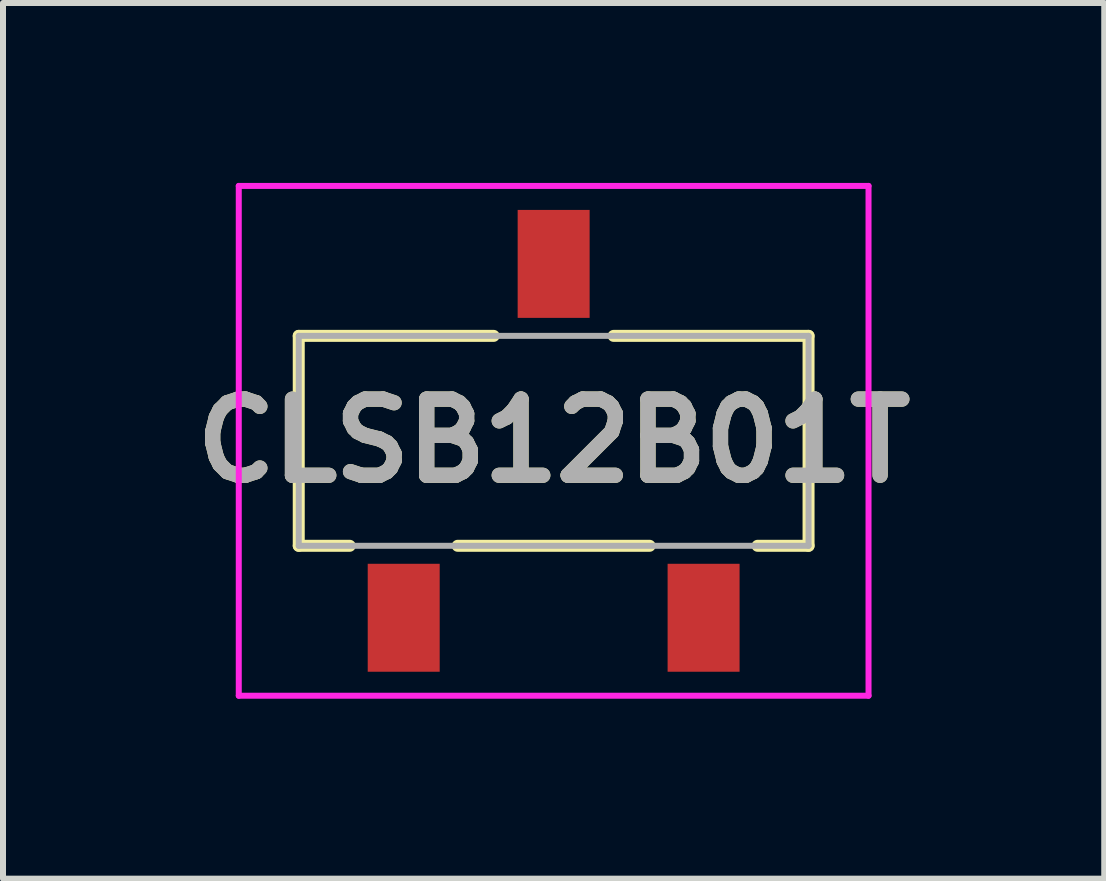
<source format=kicad_pcb>
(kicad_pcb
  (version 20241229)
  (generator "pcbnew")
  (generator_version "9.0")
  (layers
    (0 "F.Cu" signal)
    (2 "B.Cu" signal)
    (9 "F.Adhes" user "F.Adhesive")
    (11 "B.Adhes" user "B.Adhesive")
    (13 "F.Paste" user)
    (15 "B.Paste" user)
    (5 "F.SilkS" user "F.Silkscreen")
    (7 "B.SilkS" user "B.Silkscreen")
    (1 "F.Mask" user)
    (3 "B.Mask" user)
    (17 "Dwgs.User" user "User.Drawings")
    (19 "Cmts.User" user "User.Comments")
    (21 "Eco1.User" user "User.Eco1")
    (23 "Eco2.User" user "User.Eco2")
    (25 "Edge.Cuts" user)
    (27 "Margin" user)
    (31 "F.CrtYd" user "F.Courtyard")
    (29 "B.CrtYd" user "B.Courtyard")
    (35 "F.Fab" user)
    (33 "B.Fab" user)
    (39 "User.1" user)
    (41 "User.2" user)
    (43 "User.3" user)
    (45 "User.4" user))
  (footprint "CLSB12B01T"
    (layer "F.Cu")
    (at 6.181 4.3)
    (property "Reference" "CLSB12B01T" (at 0 0 0) (layer "F.SilkS") (effects (font (size 1.27 1.27) (thickness 0.254))))
    (attr through_hole)
    (fp_line (start -4.25 -1.75) (end -1 -1.75) (stroke (width 0.2) (type solid)) (layer "F.SilkS"))
    (fp_line (start -4.25 1.75) (end -4.25 -1.75) (stroke (width 0.2) (type solid)) (layer "F.SilkS"))
    (fp_line (start -3.4 1.75) (end -4.25 1.75) (stroke (width 0.2) (type solid)) (layer "F.SilkS"))
    (fp_line (start -1.6 1.75) (end 1.6 1.75) (stroke (width 0.2) (type solid)) (layer "F.SilkS"))
    (fp_line (start 1 -1.75) (end 4.25 -1.75) (stroke (width 0.2) (type solid)) (layer "F.SilkS"))
    (fp_line (start 4.25 -1.75) (end 4.25 1.75) (stroke (width 0.2) (type solid)) (layer "F.SilkS"))
    (fp_line (start 4.25 1.75) (end 3.4 1.75) (stroke (width 0.2) (type solid)) (layer "F.SilkS"))
    (fp_line (start -5.25 -4.25) (end 5.25 -4.25) (stroke (width 0.1) (type solid)) (layer "F.CrtYd"))
    (fp_line (start -5.25 4.25) (end -5.25 -4.25) (stroke (width 0.1) (type solid)) (layer "F.CrtYd"))
    (fp_line (start 5.25 -4.25) (end 5.25 4.25) (stroke (width 0.1) (type solid)) (layer "F.CrtYd"))
    (fp_line (start 5.25 4.25) (end -5.25 4.25) (stroke (width 0.1) (type solid)) (layer "F.CrtYd"))
    (fp_line (start -4.25 -1.75) (end 4.25 -1.75) (stroke (width 0.1) (type solid)) (layer "F.Fab"))
    (fp_line (start -4.25 1.75) (end -4.25 -1.75) (stroke (width 0.1) (type solid)) (layer "F.Fab"))
    (fp_line (start 4.25 -1.75) (end 4.25 1.75) (stroke (width 0.1) (type solid)) (layer "F.Fab"))
    (fp_line (start 4.25 1.75) (end -4.25 1.75) (stroke (width 0.1) (type solid)) (layer "F.Fab"))
    (fp_text user "${REFERENCE}" (at 0 0 0) (layer "F.Fab") (effects (font (size 1.27 1.27) (thickness 0.254))))
    (pad "1" smd rect (at -2.5 2.95) (size 1.2 1.8) (layers "F.Cu" "F.Mask" "F.Paste"))
    (pad "2" smd rect (at 0 -2.95) (size 1.2 1.8) (layers "F.Cu" "F.Mask" "F.Paste"))
    (pad "3" smd rect (at 2.5 2.95) (size 1.2 1.8) (layers "F.Cu" "F.Mask" "F.Paste")))
  (gr_rect
    (start -3 -3)
    (end 15.361 11.6)
    (stroke (width 0.1) (type default))
    (fill no)
    (layer "Edge.Cuts")))
</source>
